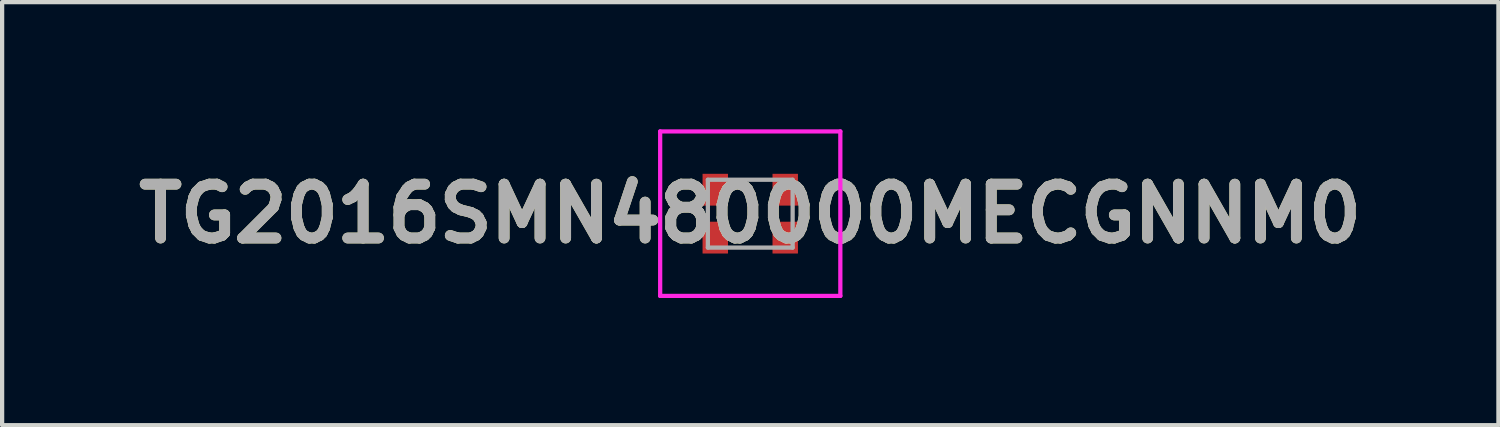
<source format=kicad_pcb>
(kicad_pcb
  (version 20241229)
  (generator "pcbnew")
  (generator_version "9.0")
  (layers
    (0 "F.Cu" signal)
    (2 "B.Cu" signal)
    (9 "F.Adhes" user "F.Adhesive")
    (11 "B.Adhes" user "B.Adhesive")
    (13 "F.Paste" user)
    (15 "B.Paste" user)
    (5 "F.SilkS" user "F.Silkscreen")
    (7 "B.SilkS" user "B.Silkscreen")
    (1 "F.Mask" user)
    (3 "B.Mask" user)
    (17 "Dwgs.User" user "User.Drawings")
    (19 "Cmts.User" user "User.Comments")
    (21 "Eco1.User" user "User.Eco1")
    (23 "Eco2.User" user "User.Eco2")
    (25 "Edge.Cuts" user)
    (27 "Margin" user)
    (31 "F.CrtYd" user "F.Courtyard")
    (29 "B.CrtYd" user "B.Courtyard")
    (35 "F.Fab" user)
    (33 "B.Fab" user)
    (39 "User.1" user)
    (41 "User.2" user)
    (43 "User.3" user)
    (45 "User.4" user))
  (footprint "TG2016SMN480000MECGNNM0"
    (layer "F.Cu")
    (at 14.647 1.99)
    (property "Reference" "TG2016SMN480000MECGNNM0" (at 0 0 0) (layer "F.SilkS") (effects (font (size 1.27 1.27) (thickness 0.254))))
    (attr smd)
    (fp_line (start -1.6 0.565) (end -1.6 0.565) (stroke (width 0.1) (type solid)) (layer "F.SilkS"))
    (fp_line (start -1.5 0.565) (end -1.5 0.565) (stroke (width 0.1) (type solid)) (layer "F.SilkS"))
    (fp_arc (start -1.6 0.565) (mid -1.55 0.515) (end -1.5 0.565) (stroke (width 0.1) (type solid)) (layer "F.SilkS"))
    (fp_arc (start -1.5 0.565) (mid -1.55 0.615) (end -1.6 0.565) (stroke (width 0.1) (type solid)) (layer "F.SilkS"))
    (fp_line (start -2.125 -1.94) (end 2.125 -1.94) (stroke (width 0.1) (type solid)) (layer "F.CrtYd"))
    (fp_line (start -2.125 1.94) (end -2.125 -1.94) (stroke (width 0.1) (type solid)) (layer "F.CrtYd"))
    (fp_line (start 2.125 -1.94) (end 2.125 1.94) (stroke (width 0.1) (type solid)) (layer "F.CrtYd"))
    (fp_line (start 2.125 1.94) (end -2.125 1.94) (stroke (width 0.1) (type solid)) (layer "F.CrtYd"))
    (fp_line (start -1 -0.8) (end 1 -0.8) (stroke (width 0.1) (type solid)) (layer "F.Fab"))
    (fp_line (start -1 0.8) (end -1 -0.8) (stroke (width 0.1) (type solid)) (layer "F.Fab"))
    (fp_line (start 1 -0.8) (end 1 0.8) (stroke (width 0.1) (type solid)) (layer "F.Fab"))
    (fp_line (start 1 0.8) (end -1 0.8) (stroke (width 0.1) (type solid)) (layer "F.Fab"))
    (fp_text user "${REFERENCE}" (at 0 0 0) (layer "F.Fab") (effects (font (size 1.27 1.27) (thickness 0.254))))
    (pad "1" smd rect (at -0.825 0.565) (size 0.6 0.75) (layers "F.Cu" "F.Mask" "F.Paste"))
    (pad "2" smd rect (at 0.825 0.565) (size 0.6 0.75) (layers "F.Cu" "F.Mask" "F.Paste"))
    (pad "3" smd rect (at 0.825 -0.565) (size 0.6 0.75) (layers "F.Cu" "F.Mask" "F.Paste"))
    (pad "4" smd rect (at -0.825 -0.565) (size 0.6 0.75) (layers "F.Cu" "F.Mask" "F.Paste")))
  (gr_rect
    (start -3 -3)
    (end 32.295 6.98)
    (stroke (width 0.1) (type default))
    (fill no)
    (layer "Edge.Cuts")))
</source>
